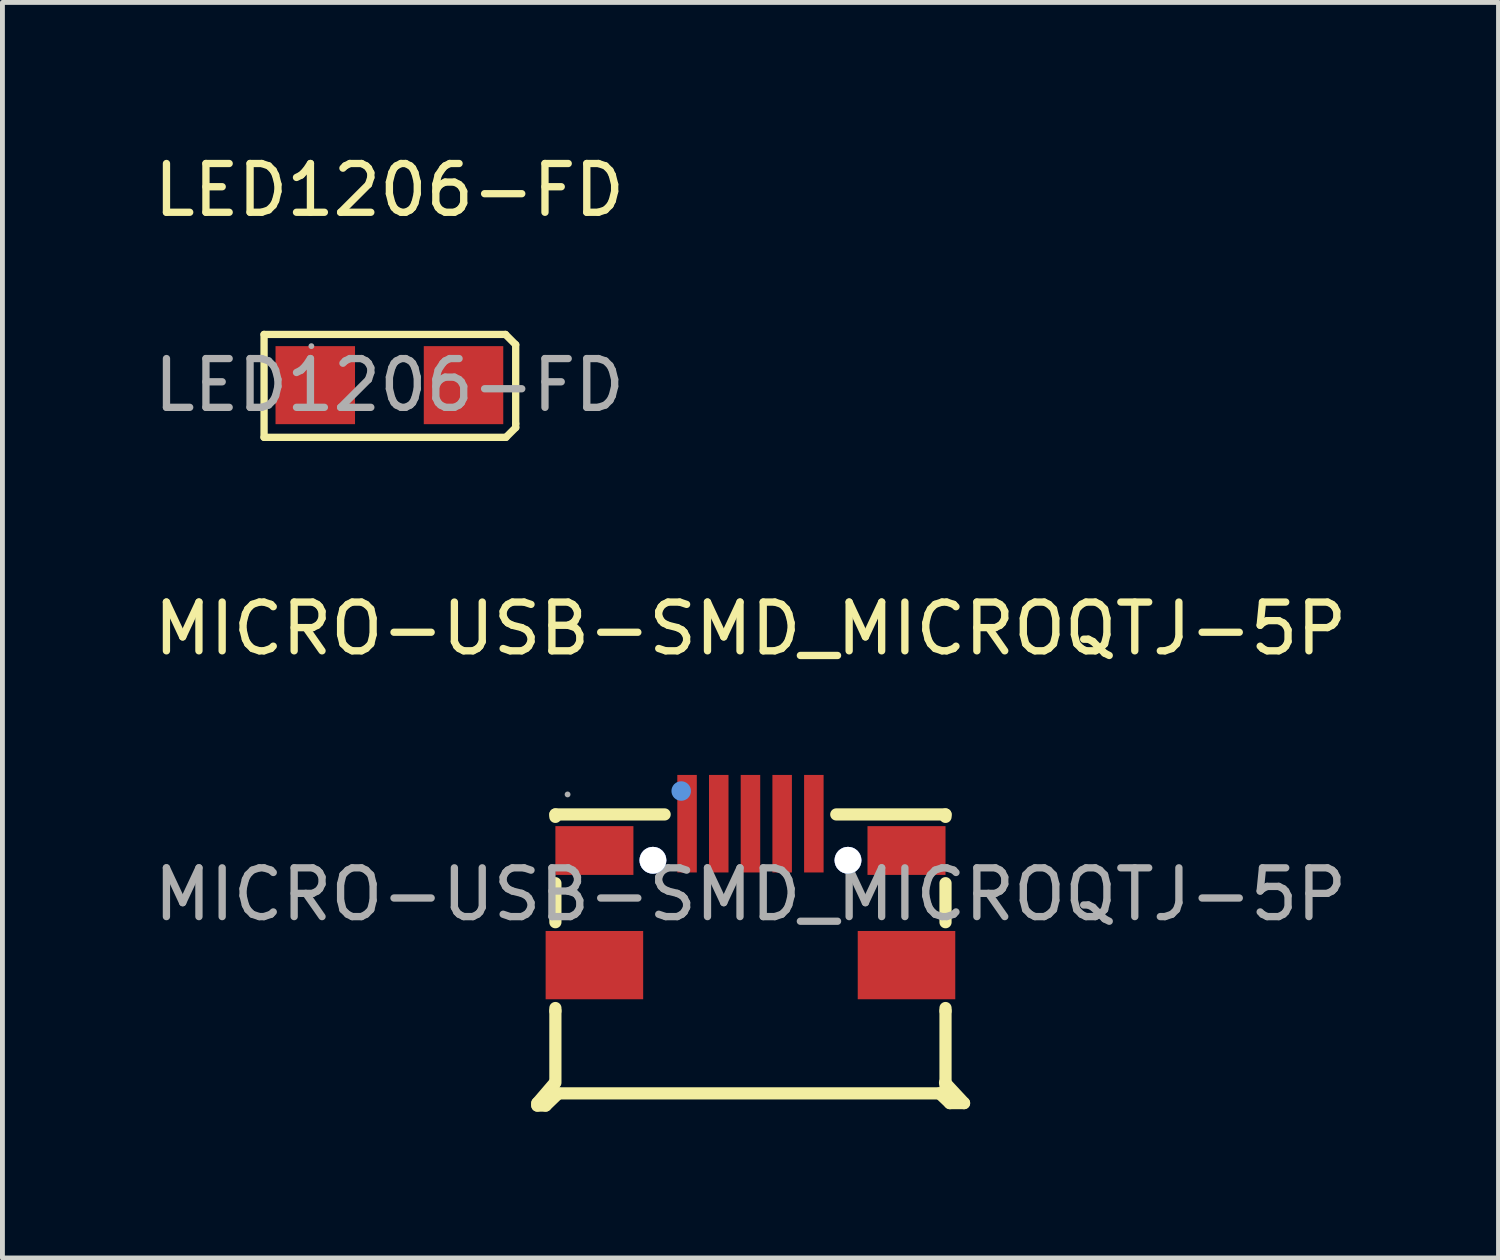
<source format=kicad_pcb>
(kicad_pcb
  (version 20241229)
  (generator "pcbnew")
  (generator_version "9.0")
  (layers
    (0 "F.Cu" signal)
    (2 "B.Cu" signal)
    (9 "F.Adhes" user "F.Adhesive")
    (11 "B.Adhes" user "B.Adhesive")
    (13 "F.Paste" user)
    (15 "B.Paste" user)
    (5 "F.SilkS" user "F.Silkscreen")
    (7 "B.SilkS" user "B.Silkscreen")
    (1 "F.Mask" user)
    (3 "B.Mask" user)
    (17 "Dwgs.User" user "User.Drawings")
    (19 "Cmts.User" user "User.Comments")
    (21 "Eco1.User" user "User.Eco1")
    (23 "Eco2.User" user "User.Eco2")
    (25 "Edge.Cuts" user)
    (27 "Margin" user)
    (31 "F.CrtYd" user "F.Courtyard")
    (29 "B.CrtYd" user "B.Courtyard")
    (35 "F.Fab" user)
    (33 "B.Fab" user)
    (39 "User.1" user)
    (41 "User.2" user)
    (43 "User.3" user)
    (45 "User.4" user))
  (footprint "LED1206-FD"
    (layer "F.Cu")
    (at 4.935 4.848)
    (property "Reference" "LED1206-FD" (at 0 -4 0) (layer "F.SilkS") (effects (font (size 1 1) (thickness 0.15))))
    (attr smd)
    (fp_line (start -2.57 -1.04) (end 2.38 -1.04) (stroke (width 0.15) (type solid)) (layer "F.SilkS"))
    (fp_line (start -2.57 1.07) (end -2.57 -1.04) (stroke (width 0.15) (type solid)) (layer "F.SilkS"))
    (fp_line (start 2.39 1.07) (end -2.57 1.07) (stroke (width 0.15) (type solid)) (layer "F.SilkS"))
    (fp_line (start 2.59 -0.83) (end 2.38 -1.04) (stroke (width 0.15) (type solid)) (layer "F.SilkS"))
    (fp_line (start 2.59 0.79) (end 2.59 -0.83) (stroke (width 0.15) (type solid)) (layer "F.SilkS"))
    (fp_line (start 2.59 0.79) (end 2.59 0.87) (stroke (width 0.15) (type solid)) (layer "F.SilkS"))
    (fp_line (start 2.59 0.87) (end 2.39 1.07) (stroke (width 0.15) (type solid)) (layer "F.SilkS"))
    (fp_circle (center -1.6 -0.8) (end -1.57 -0.8) (stroke (width 0.06) (type solid)) (fill no) (layer "F.Fab"))
    (fp_text user "${REFERENCE}" (at 0 0 0) (layer "F.Fab") (effects (font (size 1 1) (thickness 0.15))))
    (pad "1" smd rect (at -1.52 0) (size 1.63 1.6) (layers "F.Cu" "F.Mask" "F.Paste"))
    (pad "2" smd rect (at 1.52 0) (size 1.63 1.6) (layers "F.Cu" "F.Mask" "F.Paste")))
  (footprint "MICRO-USB-SMD_MICROQTJ-5P"
    (layer "F.Cu")
    (at 12.339 15.291)
    (property "Reference" "MICRO-USB-SMD_MICROQTJ-5P" (at 0 -5.45 0) (layer "F.SilkS") (effects (font (size 1 1) (thickness 0.15))))
    (attr smd)
    (fp_line (start -4.37 4.28) (end -4.01 3.86) (stroke (width 0.25) (type solid)) (layer "F.SilkS"))
    (fp_line (start -4.37 4.33) (end -4.37 4.28) (stroke (width 0.25) (type solid)) (layer "F.SilkS"))
    (fp_line (start -4.2 4.33) (end -4.37 4.33) (stroke (width 0.25) (type solid)) (layer "F.SilkS"))
    (fp_line (start -4 -1.64) (end -1.76 -1.64) (stroke (width 0.25) (type solid)) (layer "F.SilkS"))
    (fp_line (start -4 -1.59) (end -4 -1.64) (stroke (width 0.25) (type solid)) (layer "F.SilkS"))
    (fp_line (start -4 0.57) (end -4 -0.23) (stroke (width 0.25) (type solid)) (layer "F.SilkS"))
    (fp_line (start -4 2.39) (end -4 2.33) (stroke (width 0.25) (type solid)) (layer "F.SilkS"))
    (fp_line (start -4 2.39) (end -4 3.86) (stroke (width 0.25) (type solid)) (layer "F.SilkS"))
    (fp_line (start -3.94 4.08) (end -4.2 4.33) (stroke (width 0.25) (type solid)) (layer "F.SilkS"))
    (fp_line (start 1.76 -1.64) (end 4 -1.64) (stroke (width 0.25) (type solid)) (layer "F.SilkS"))
    (fp_line (start 3.88 4.08) (end -3.94 4.08) (stroke (width 0.25) (type solid)) (layer "F.SilkS"))
    (fp_line (start 3.99 3.86) (end 4.38 4.28) (stroke (width 0.25) (type solid)) (layer "F.SilkS"))
    (fp_line (start 4 -1.59) (end 4 -1.64) (stroke (width 0.25) (type solid)) (layer "F.SilkS"))
    (fp_line (start 4 0.57) (end 4 -0.23) (stroke (width 0.25) (type solid)) (layer "F.SilkS"))
    (fp_line (start 4 2.39) (end 4 2.33) (stroke (width 0.25) (type solid)) (layer "F.SilkS"))
    (fp_line (start 4 2.39) (end 4 3.99) (stroke (width 0.25) (type solid)) (layer "F.SilkS"))
    (fp_line (start 4.09 4.28) (end 3.88 4.08) (stroke (width 0.25) (type solid)) (layer "F.SilkS"))
    (fp_line (start 4.38 4.28) (end 4.09 4.28) (stroke (width 0.25) (type solid)) (layer "F.SilkS"))
    (fp_circle (center -2 -0.7) (end -1.86 -0.7) (stroke (width 0.27) (type solid)) (fill no) (layer "Cmts.User"))
    (fp_circle (center -1.42 -2.12) (end -1.32 -2.12) (stroke (width 0.2) (type solid)) (fill no) (layer "Cmts.User"))
    (fp_circle (center 2 -0.7) (end 2.14 -0.7) (stroke (width 0.27) (type solid)) (fill no) (layer "Cmts.User"))
    (fp_circle (center -3.75 -2.05) (end -3.72 -2.05) (stroke (width 0.06) (type solid)) (fill no) (layer "F.Fab"))
    (fp_text user "${REFERENCE}" (at 0 0 0) (layer "F.Fab") (effects (font (size 1 1) (thickness 0.15))))
    (pad "" thru_hole circle (at -2 -0.7) (size 0.55 0.55) (drill 0.55) (layers "*.Cu" "*.Mask"))
    (pad "" thru_hole circle (at 2 -0.7) (size 0.55 0.55) (drill 0.55) (layers "*.Cu" "*.Mask"))
    (pad "1" smd rect (at -1.3 -1.45 270) (size 2 0.4) (layers "F.Cu" "F.Mask" "F.Paste"))
    (pad "2" smd rect (at -0.65 -1.45 270) (size 2 0.4) (layers "F.Cu" "F.Mask" "F.Paste"))
    (pad "3" smd rect (at 0 -1.45 270) (size 2 0.4) (layers "F.Cu" "F.Mask" "F.Paste"))
    (pad "4" smd rect (at 0.65 -1.45 270) (size 2 0.4) (layers "F.Cu" "F.Mask" "F.Paste"))
    (pad "5" smd rect (at 1.3 -1.45 270) (size 2 0.4) (layers "F.Cu" "F.Mask" "F.Paste"))
    (pad "6" smd rect (at -3.2 -0.9) (size 1.6 1) (layers "F.Cu" "F.Mask" "F.Paste"))
    (pad "7" smd rect (at -3.2 1.45) (size 2 1.4) (layers "F.Cu" "F.Mask" "F.Paste"))
    (pad "8" smd rect (at 3.2 1.45) (size 2 1.4) (layers "F.Cu" "F.Mask" "F.Paste"))
    (pad "9" smd rect (at 3.2 -0.9) (size 1.6 1) (layers "F.Cu" "F.Mask" "F.Paste")))
  (gr_rect
    (start -3 -3)
    (end 27.679 22.747)
    (stroke (width 0.1) (type default))
    (fill no)
    (layer "Edge.Cuts")))
</source>
